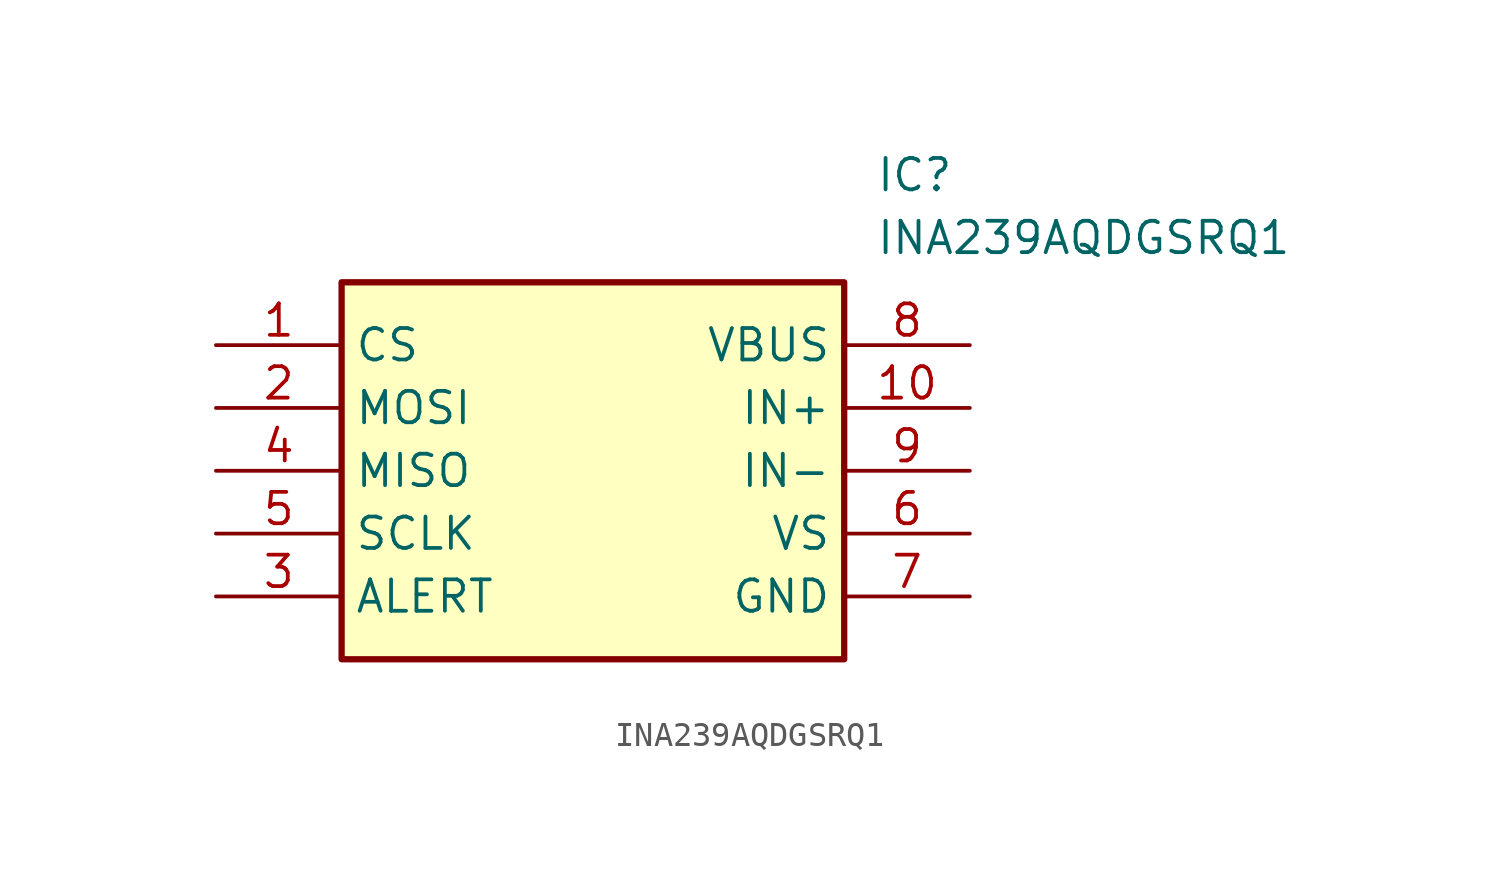
<source format=kicad_sym>
(kicad_symbol_lib
  (version 20220914)
  (generator kicad_symbol_editor)
  (symbol "INA239AQDGSRQ1"
    (property "Reference" "IC"
      (at 26.67 7.62 0)
      (effects (font (size 1.27 1.27)) (justify left top)))
    (property "Value" "INA239AQDGSRQ1"
      (at 26.67 5.08 0)
      (effects (font (size 1.27 1.27)) (justify left top)))
    (symbol "INA239AQDGSRQ1_1_1"
      (rectangle (start 5.08 2.54) (end 25.4 -12.7) (stroke (width 0.254) (type default)) (fill (type background)))
      (pin passive line (at 0 0 0) (length 5.08) (name "CS" (effects (font (size 1.27 1.27)))) (number "1" (effects (font (size 1.27 1.27)))))
      (pin passive line (at 30.48 -2.54 180) (length 5.08) (name "IN+" (effects (font (size 1.27 1.27)))) (number "10" (effects (font (size 1.27 1.27)))))
      (pin passive line (at 0 -2.54 0) (length 5.08) (name "MOSI" (effects (font (size 1.27 1.27)))) (number "2" (effects (font (size 1.27 1.27)))))
      (pin passive line (at 0 -10.16 0) (length 5.08) (name "ALERT" (effects (font (size 1.27 1.27)))) (number "3" (effects (font (size 1.27 1.27)))))
      (pin passive line (at 0 -5.08 0) (length 5.08) (name "MISO" (effects (font (size 1.27 1.27)))) (number "4" (effects (font (size 1.27 1.27)))))
      (pin passive line (at 0 -7.62 0) (length 5.08) (name "SCLK" (effects (font (size 1.27 1.27)))) (number "5" (effects (font (size 1.27 1.27)))))
      (pin passive line (at 30.48 -7.62 180) (length 5.08) (name "VS" (effects (font (size 1.27 1.27)))) (number "6" (effects (font (size 1.27 1.27)))))
      (pin passive line (at 30.48 -10.16 180) (length 5.08) (name "GND" (effects (font (size 1.27 1.27)))) (number "7" (effects (font (size 1.27 1.27)))))
      (pin passive line (at 30.48 0 180) (length 5.08) (name "VBUS" (effects (font (size 1.27 1.27)))) (number "8" (effects (font (size 1.27 1.27)))))
      (pin passive line (at 30.48 -5.08 180) (length 5.08) (name "IN-" (effects (font (size 1.27 1.27)))) (number "9" (effects (font (size 1.27 1.27))))))))
</source>
